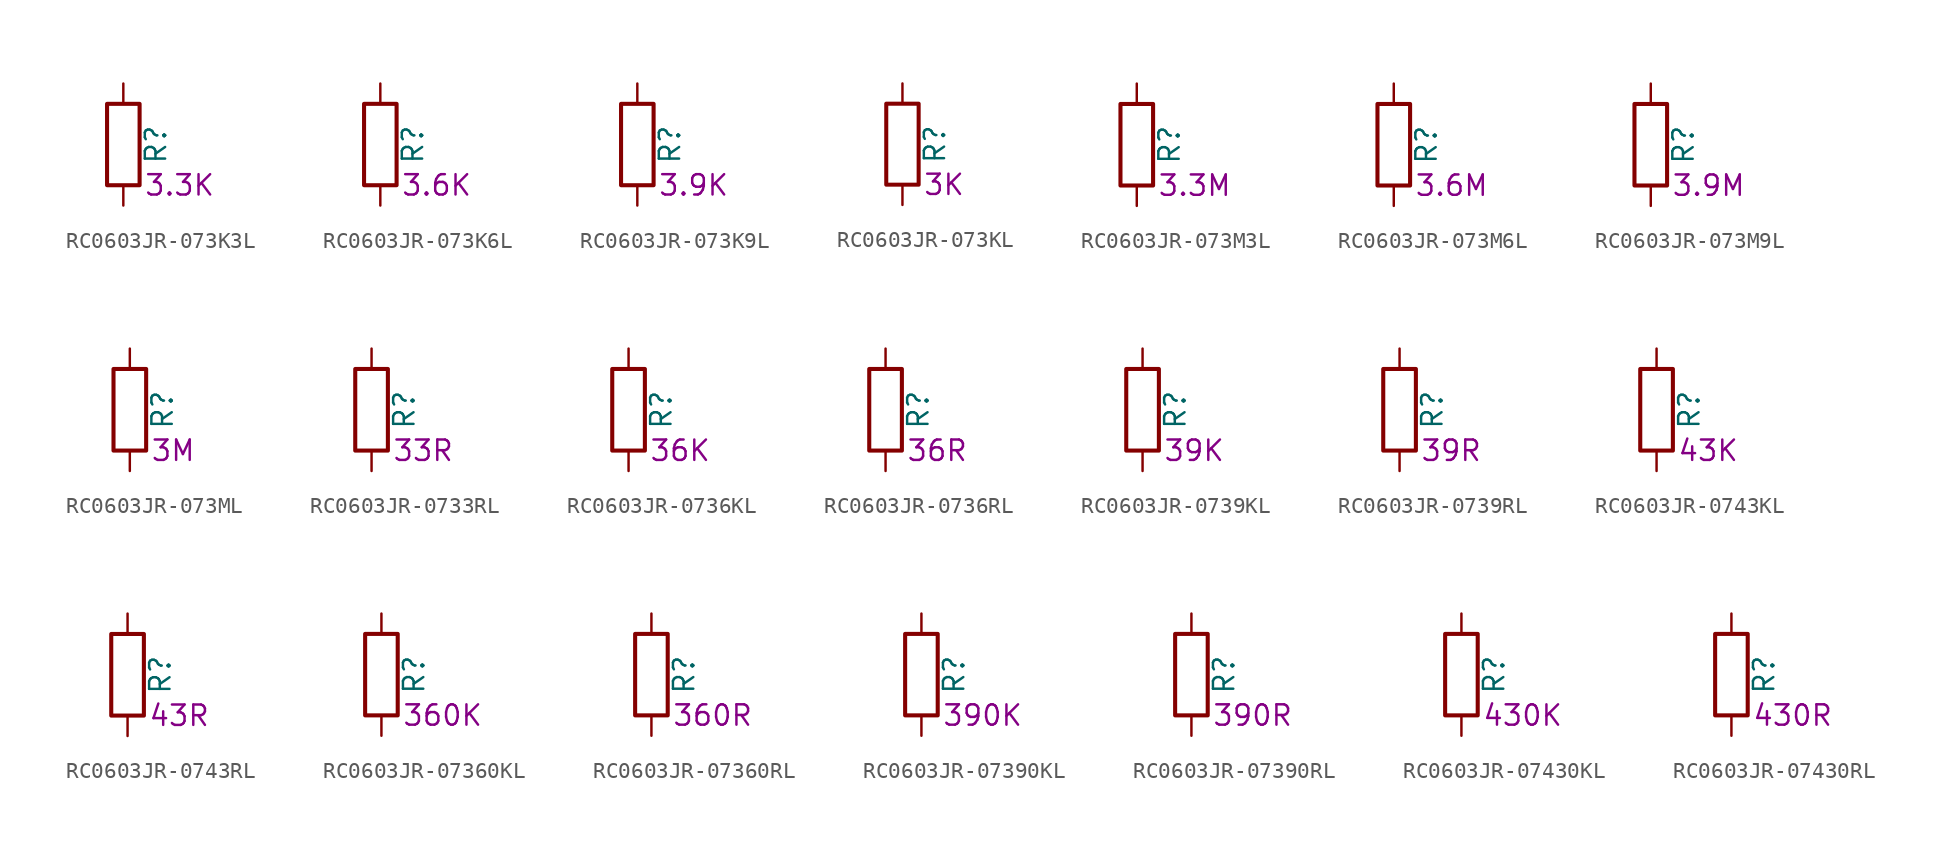
<source format=kicad_sym>
(kicad_symbol_lib
  (version 20220914)
  (generator kicad_symbol_editor)
  (symbol "RC0603JR-073K3L"
    (pin_numbers hide)
    (pin_names
      (offset 0))
    (property "Reference" "R"
      (at 2.032 0 90)
      (effects (font (size 1.27 1.27))))
    (property "Resistance" "3.3K"
      (at 1.27 -2.54 0)
      (effects (font (size 1.27 1.27)) (justify left)))
    (symbol "RC0603JR-073K3L_0_1"
      (rectangle (start -1.016 -2.54) (end 1.016 2.54) (stroke (width 0.254) (type default)) (fill (type none))))
    (symbol "RC0603JR-073K3L_1_1"
      (pin passive line (at 0 3.81 270) (length 1.27) (name "~" (effects (font (size 1.27 1.27)))) (number "1" (effects (font (size 1.27 1.27)))))
      (pin passive line (at 0 -3.81 90) (length 1.27) (name "~" (effects (font (size 1.27 1.27)))) (number "2" (effects (font (size 1.27 1.27)))))))
  (symbol "RC0603JR-073K6L"
    (pin_numbers hide)
    (pin_names
      (offset 0))
    (property "Reference" "R"
      (at 2.032 0 90)
      (effects (font (size 1.27 1.27))))
    (property "Resistance" "3.6K"
      (at 1.27 -2.54 0)
      (effects (font (size 1.27 1.27)) (justify left)))
    (symbol "RC0603JR-073K6L_0_1"
      (rectangle (start -1.016 -2.54) (end 1.016 2.54) (stroke (width 0.254) (type default)) (fill (type none))))
    (symbol "RC0603JR-073K6L_1_1"
      (pin passive line (at 0 3.81 270) (length 1.27) (name "~" (effects (font (size 1.27 1.27)))) (number "1" (effects (font (size 1.27 1.27)))))
      (pin passive line (at 0 -3.81 90) (length 1.27) (name "~" (effects (font (size 1.27 1.27)))) (number "2" (effects (font (size 1.27 1.27)))))))
  (symbol "RC0603JR-073K9L"
    (pin_numbers hide)
    (pin_names
      (offset 0))
    (property "Reference" "R"
      (at 2.032 0 90)
      (effects (font (size 1.27 1.27))))
    (property "Resistance" "3.9K"
      (at 1.27 -2.54 0)
      (effects (font (size 1.27 1.27)) (justify left)))
    (symbol "RC0603JR-073K9L_0_1"
      (rectangle (start -1.016 -2.54) (end 1.016 2.54) (stroke (width 0.254) (type default)) (fill (type none))))
    (symbol "RC0603JR-073K9L_1_1"
      (pin passive line (at 0 3.81 270) (length 1.27) (name "~" (effects (font (size 1.27 1.27)))) (number "1" (effects (font (size 1.27 1.27)))))
      (pin passive line (at 0 -3.81 90) (length 1.27) (name "~" (effects (font (size 1.27 1.27)))) (number "2" (effects (font (size 1.27 1.27)))))))
  (symbol "RC0603JR-073KL"
    (pin_numbers hide)
    (pin_names
      (offset 0))
    (property "Reference" "R"
      (at 2.032 0 90)
      (effects (font (size 1.27 1.27))))
    (property "Resistance" "3K"
      (at 1.27 -2.54 0)
      (effects (font (size 1.27 1.27)) (justify left)))
    (symbol "RC0603JR-073KL_0_1"
      (rectangle (start -1.016 -2.54) (end 1.016 2.54) (stroke (width 0.254) (type default)) (fill (type none))))
    (symbol "RC0603JR-073KL_1_1"
      (pin passive line (at 0 3.81 270) (length 1.27) (name "~" (effects (font (size 1.27 1.27)))) (number "1" (effects (font (size 1.27 1.27)))))
      (pin passive line (at 0 -3.81 90) (length 1.27) (name "~" (effects (font (size 1.27 1.27)))) (number "2" (effects (font (size 1.27 1.27)))))))
  (symbol "RC0603JR-073M3L"
    (pin_numbers hide)
    (pin_names
      (offset 0))
    (property "Reference" "R"
      (at 2.032 0 90)
      (effects (font (size 1.27 1.27))))
    (property "Resistance" "3.3M"
      (at 1.27 -2.54 0)
      (effects (font (size 1.27 1.27)) (justify left)))
    (symbol "RC0603JR-073M3L_0_1"
      (rectangle (start -1.016 -2.54) (end 1.016 2.54) (stroke (width 0.254) (type default)) (fill (type none))))
    (symbol "RC0603JR-073M3L_1_1"
      (pin passive line (at 0 3.81 270) (length 1.27) (name "~" (effects (font (size 1.27 1.27)))) (number "1" (effects (font (size 1.27 1.27)))))
      (pin passive line (at 0 -3.81 90) (length 1.27) (name "~" (effects (font (size 1.27 1.27)))) (number "2" (effects (font (size 1.27 1.27)))))))
  (symbol "RC0603JR-073M6L"
    (pin_numbers hide)
    (pin_names
      (offset 0))
    (property "Reference" "R"
      (at 2.032 0 90)
      (effects (font (size 1.27 1.27))))
    (property "Resistance" "3.6M"
      (at 1.27 -2.54 0)
      (effects (font (size 1.27 1.27)) (justify left)))
    (symbol "RC0603JR-073M6L_0_1"
      (rectangle (start -1.016 -2.54) (end 1.016 2.54) (stroke (width 0.254) (type default)) (fill (type none))))
    (symbol "RC0603JR-073M6L_1_1"
      (pin passive line (at 0 3.81 270) (length 1.27) (name "~" (effects (font (size 1.27 1.27)))) (number "1" (effects (font (size 1.27 1.27)))))
      (pin passive line (at 0 -3.81 90) (length 1.27) (name "~" (effects (font (size 1.27 1.27)))) (number "2" (effects (font (size 1.27 1.27)))))))
  (symbol "RC0603JR-073M9L"
    (pin_numbers hide)
    (pin_names
      (offset 0))
    (property "Reference" "R"
      (at 2.032 0 90)
      (effects (font (size 1.27 1.27))))
    (property "Resistance" "3.9M"
      (at 1.27 -2.54 0)
      (effects (font (size 1.27 1.27)) (justify left)))
    (symbol "RC0603JR-073M9L_0_1"
      (rectangle (start -1.016 -2.54) (end 1.016 2.54) (stroke (width 0.254) (type default)) (fill (type none))))
    (symbol "RC0603JR-073M9L_1_1"
      (pin passive line (at 0 3.81 270) (length 1.27) (name "~" (effects (font (size 1.27 1.27)))) (number "1" (effects (font (size 1.27 1.27)))))
      (pin passive line (at 0 -3.81 90) (length 1.27) (name "~" (effects (font (size 1.27 1.27)))) (number "2" (effects (font (size 1.27 1.27)))))))
  (symbol "RC0603JR-073ML"
    (pin_numbers hide)
    (pin_names
      (offset 0))
    (property "Reference" "R"
      (at 2.032 0 90)
      (effects (font (size 1.27 1.27))))
    (property "Resistance" "3M"
      (at 1.27 -2.54 0)
      (effects (font (size 1.27 1.27)) (justify left)))
    (symbol "RC0603JR-073ML_0_1"
      (rectangle (start -1.016 -2.54) (end 1.016 2.54) (stroke (width 0.254) (type default)) (fill (type none))))
    (symbol "RC0603JR-073ML_1_1"
      (pin passive line (at 0 3.81 270) (length 1.27) (name "~" (effects (font (size 1.27 1.27)))) (number "1" (effects (font (size 1.27 1.27)))))
      (pin passive line (at 0 -3.81 90) (length 1.27) (name "~" (effects (font (size 1.27 1.27)))) (number "2" (effects (font (size 1.27 1.27)))))))
  (symbol "RC0603JR-0733RL"
    (pin_numbers hide)
    (pin_names
      (offset 0))
    (property "Reference" "R"
      (at 2.032 0 90)
      (effects (font (size 1.27 1.27))))
    (property "Resistance" "33R"
      (at 1.27 -2.54 0)
      (effects (font (size 1.27 1.27)) (justify left)))
    (symbol "RC0603JR-0733RL_0_1"
      (rectangle (start -1.016 -2.54) (end 1.016 2.54) (stroke (width 0.254) (type default)) (fill (type none))))
    (symbol "RC0603JR-0733RL_1_1"
      (pin passive line (at 0 3.81 270) (length 1.27) (name "~" (effects (font (size 1.27 1.27)))) (number "1" (effects (font (size 1.27 1.27)))))
      (pin passive line (at 0 -3.81 90) (length 1.27) (name "~" (effects (font (size 1.27 1.27)))) (number "2" (effects (font (size 1.27 1.27)))))))
  (symbol "RC0603JR-0736KL"
    (pin_numbers hide)
    (pin_names
      (offset 0))
    (property "Reference" "R"
      (at 2.032 0 90)
      (effects (font (size 1.27 1.27))))
    (property "Resistance" "36K"
      (at 1.27 -2.54 0)
      (effects (font (size 1.27 1.27)) (justify left)))
    (symbol "RC0603JR-0736KL_0_1"
      (rectangle (start -1.016 -2.54) (end 1.016 2.54) (stroke (width 0.254) (type default)) (fill (type none))))
    (symbol "RC0603JR-0736KL_1_1"
      (pin passive line (at 0 3.81 270) (length 1.27) (name "~" (effects (font (size 1.27 1.27)))) (number "1" (effects (font (size 1.27 1.27)))))
      (pin passive line (at 0 -3.81 90) (length 1.27) (name "~" (effects (font (size 1.27 1.27)))) (number "2" (effects (font (size 1.27 1.27)))))))
  (symbol "RC0603JR-0736RL"
    (pin_numbers hide)
    (pin_names
      (offset 0))
    (property "Reference" "R"
      (at 2.032 0 90)
      (effects (font (size 1.27 1.27))))
    (property "Resistance" "36R"
      (at 1.27 -2.54 0)
      (effects (font (size 1.27 1.27)) (justify left)))
    (symbol "RC0603JR-0736RL_0_1"
      (rectangle (start -1.016 -2.54) (end 1.016 2.54) (stroke (width 0.254) (type default)) (fill (type none))))
    (symbol "RC0603JR-0736RL_1_1"
      (pin passive line (at 0 3.81 270) (length 1.27) (name "~" (effects (font (size 1.27 1.27)))) (number "1" (effects (font (size 1.27 1.27)))))
      (pin passive line (at 0 -3.81 90) (length 1.27) (name "~" (effects (font (size 1.27 1.27)))) (number "2" (effects (font (size 1.27 1.27)))))))
  (symbol "RC0603JR-0739KL"
    (pin_numbers hide)
    (pin_names
      (offset 0))
    (property "Reference" "R"
      (at 2.032 0 90)
      (effects (font (size 1.27 1.27))))
    (property "Resistance" "39K"
      (at 1.27 -2.54 0)
      (effects (font (size 1.27 1.27)) (justify left)))
    (symbol "RC0603JR-0739KL_0_1"
      (rectangle (start -1.016 -2.54) (end 1.016 2.54) (stroke (width 0.254) (type default)) (fill (type none))))
    (symbol "RC0603JR-0739KL_1_1"
      (pin passive line (at 0 3.81 270) (length 1.27) (name "~" (effects (font (size 1.27 1.27)))) (number "1" (effects (font (size 1.27 1.27)))))
      (pin passive line (at 0 -3.81 90) (length 1.27) (name "~" (effects (font (size 1.27 1.27)))) (number "2" (effects (font (size 1.27 1.27)))))))
  (symbol "RC0603JR-0739RL"
    (pin_numbers hide)
    (pin_names
      (offset 0))
    (property "Reference" "R"
      (at 2.032 0 90)
      (effects (font (size 1.27 1.27))))
    (property "Resistance" "39R"
      (at 1.27 -2.54 0)
      (effects (font (size 1.27 1.27)) (justify left)))
    (symbol "RC0603JR-0739RL_0_1"
      (rectangle (start -1.016 -2.54) (end 1.016 2.54) (stroke (width 0.254) (type default)) (fill (type none))))
    (symbol "RC0603JR-0739RL_1_1"
      (pin passive line (at 0 3.81 270) (length 1.27) (name "~" (effects (font (size 1.27 1.27)))) (number "1" (effects (font (size 1.27 1.27)))))
      (pin passive line (at 0 -3.81 90) (length 1.27) (name "~" (effects (font (size 1.27 1.27)))) (number "2" (effects (font (size 1.27 1.27)))))))
  (symbol "RC0603JR-0743KL"
    (pin_numbers hide)
    (pin_names
      (offset 0))
    (property "Reference" "R"
      (at 2.032 0 90)
      (effects (font (size 1.27 1.27))))
    (property "Resistance" "43K"
      (at 1.27 -2.54 0)
      (effects (font (size 1.27 1.27)) (justify left)))
    (symbol "RC0603JR-0743KL_0_1"
      (rectangle (start -1.016 -2.54) (end 1.016 2.54) (stroke (width 0.254) (type default)) (fill (type none))))
    (symbol "RC0603JR-0743KL_1_1"
      (pin passive line (at 0 3.81 270) (length 1.27) (name "~" (effects (font (size 1.27 1.27)))) (number "1" (effects (font (size 1.27 1.27)))))
      (pin passive line (at 0 -3.81 90) (length 1.27) (name "~" (effects (font (size 1.27 1.27)))) (number "2" (effects (font (size 1.27 1.27)))))))
  (symbol "RC0603JR-0743RL"
    (pin_numbers hide)
    (pin_names
      (offset 0))
    (property "Reference" "R"
      (at 2.032 0 90)
      (effects (font (size 1.27 1.27))))
    (property "Resistance" "43R"
      (at 1.27 -2.54 0)
      (effects (font (size 1.27 1.27)) (justify left)))
    (symbol "RC0603JR-0743RL_0_1"
      (rectangle (start -1.016 -2.54) (end 1.016 2.54) (stroke (width 0.254) (type default)) (fill (type none))))
    (symbol "RC0603JR-0743RL_1_1"
      (pin passive line (at 0 3.81 270) (length 1.27) (name "~" (effects (font (size 1.27 1.27)))) (number "1" (effects (font (size 1.27 1.27)))))
      (pin passive line (at 0 -3.81 90) (length 1.27) (name "~" (effects (font (size 1.27 1.27)))) (number "2" (effects (font (size 1.27 1.27)))))))
  (symbol "RC0603JR-07360KL"
    (pin_numbers hide)
    (pin_names
      (offset 0))
    (property "Reference" "R"
      (at 2.032 0 90)
      (effects (font (size 1.27 1.27))))
    (property "Resistance" "360K"
      (at 1.27 -2.54 0)
      (effects (font (size 1.27 1.27)) (justify left)))
    (symbol "RC0603JR-07360KL_0_1"
      (rectangle (start -1.016 -2.54) (end 1.016 2.54) (stroke (width 0.254) (type default)) (fill (type none))))
    (symbol "RC0603JR-07360KL_1_1"
      (pin passive line (at 0 3.81 270) (length 1.27) (name "~" (effects (font (size 1.27 1.27)))) (number "1" (effects (font (size 1.27 1.27)))))
      (pin passive line (at 0 -3.81 90) (length 1.27) (name "~" (effects (font (size 1.27 1.27)))) (number "2" (effects (font (size 1.27 1.27)))))))
  (symbol "RC0603JR-07360RL"
    (pin_numbers hide)
    (pin_names
      (offset 0))
    (property "Reference" "R"
      (at 2.032 0 90)
      (effects (font (size 1.27 1.27))))
    (property "Resistance" "360R"
      (at 1.27 -2.54 0)
      (effects (font (size 1.27 1.27)) (justify left)))
    (symbol "RC0603JR-07360RL_0_1"
      (rectangle (start -1.016 -2.54) (end 1.016 2.54) (stroke (width 0.254) (type default)) (fill (type none))))
    (symbol "RC0603JR-07360RL_1_1"
      (pin passive line (at 0 3.81 270) (length 1.27) (name "~" (effects (font (size 1.27 1.27)))) (number "1" (effects (font (size 1.27 1.27)))))
      (pin passive line (at 0 -3.81 90) (length 1.27) (name "~" (effects (font (size 1.27 1.27)))) (number "2" (effects (font (size 1.27 1.27)))))))
  (symbol "RC0603JR-07390KL"
    (pin_numbers hide)
    (pin_names
      (offset 0))
    (property "Reference" "R"
      (at 2.032 0 90)
      (effects (font (size 1.27 1.27))))
    (property "Resistance" "390K"
      (at 1.27 -2.54 0)
      (effects (font (size 1.27 1.27)) (justify left)))
    (symbol "RC0603JR-07390KL_0_1"
      (rectangle (start -1.016 -2.54) (end 1.016 2.54) (stroke (width 0.254) (type default)) (fill (type none))))
    (symbol "RC0603JR-07390KL_1_1"
      (pin passive line (at 0 3.81 270) (length 1.27) (name "~" (effects (font (size 1.27 1.27)))) (number "1" (effects (font (size 1.27 1.27)))))
      (pin passive line (at 0 -3.81 90) (length 1.27) (name "~" (effects (font (size 1.27 1.27)))) (number "2" (effects (font (size 1.27 1.27)))))))
  (symbol "RC0603JR-07390RL"
    (pin_numbers hide)
    (pin_names
      (offset 0))
    (property "Reference" "R"
      (at 2.032 0 90)
      (effects (font (size 1.27 1.27))))
    (property "Resistance" "390R"
      (at 1.27 -2.54 0)
      (effects (font (size 1.27 1.27)) (justify left)))
    (symbol "RC0603JR-07390RL_0_1"
      (rectangle (start -1.016 -2.54) (end 1.016 2.54) (stroke (width 0.254) (type default)) (fill (type none))))
    (symbol "RC0603JR-07390RL_1_1"
      (pin passive line (at 0 3.81 270) (length 1.27) (name "~" (effects (font (size 1.27 1.27)))) (number "1" (effects (font (size 1.27 1.27)))))
      (pin passive line (at 0 -3.81 90) (length 1.27) (name "~" (effects (font (size 1.27 1.27)))) (number "2" (effects (font (size 1.27 1.27)))))))
  (symbol "RC0603JR-07430KL"
    (pin_numbers hide)
    (pin_names
      (offset 0))
    (property "Reference" "R"
      (at 2.032 0 90)
      (effects (font (size 1.27 1.27))))
    (property "Resistance" "430K"
      (at 1.27 -2.54 0)
      (effects (font (size 1.27 1.27)) (justify left)))
    (symbol "RC0603JR-07430KL_0_1"
      (rectangle (start -1.016 -2.54) (end 1.016 2.54) (stroke (width 0.254) (type default)) (fill (type none))))
    (symbol "RC0603JR-07430KL_1_1"
      (pin passive line (at 0 3.81 270) (length 1.27) (name "~" (effects (font (size 1.27 1.27)))) (number "1" (effects (font (size 1.27 1.27)))))
      (pin passive line (at 0 -3.81 90) (length 1.27) (name "~" (effects (font (size 1.27 1.27)))) (number "2" (effects (font (size 1.27 1.27)))))))
  (symbol "RC0603JR-07430RL"
    (pin_numbers hide)
    (pin_names
      (offset 0))
    (property "Reference" "R"
      (at 2.032 0 90)
      (effects (font (size 1.27 1.27))))
    (property "Resistance" "430R"
      (at 1.27 -2.54 0)
      (effects (font (size 1.27 1.27)) (justify left)))
    (symbol "RC0603JR-07430RL_0_1"
      (rectangle (start -1.016 -2.54) (end 1.016 2.54) (stroke (width 0.254) (type default)) (fill (type none))))
    (symbol "RC0603JR-07430RL_1_1"
      (pin passive line (at 0 3.81 270) (length 1.27) (name "~" (effects (font (size 1.27 1.27)))) (number "1" (effects (font (size 1.27 1.27)))))
      (pin passive line (at 0 -3.81 90) (length 1.27) (name "~" (effects (font (size 1.27 1.27)))) (number "2" (effects (font (size 1.27 1.27))))))))
</source>
